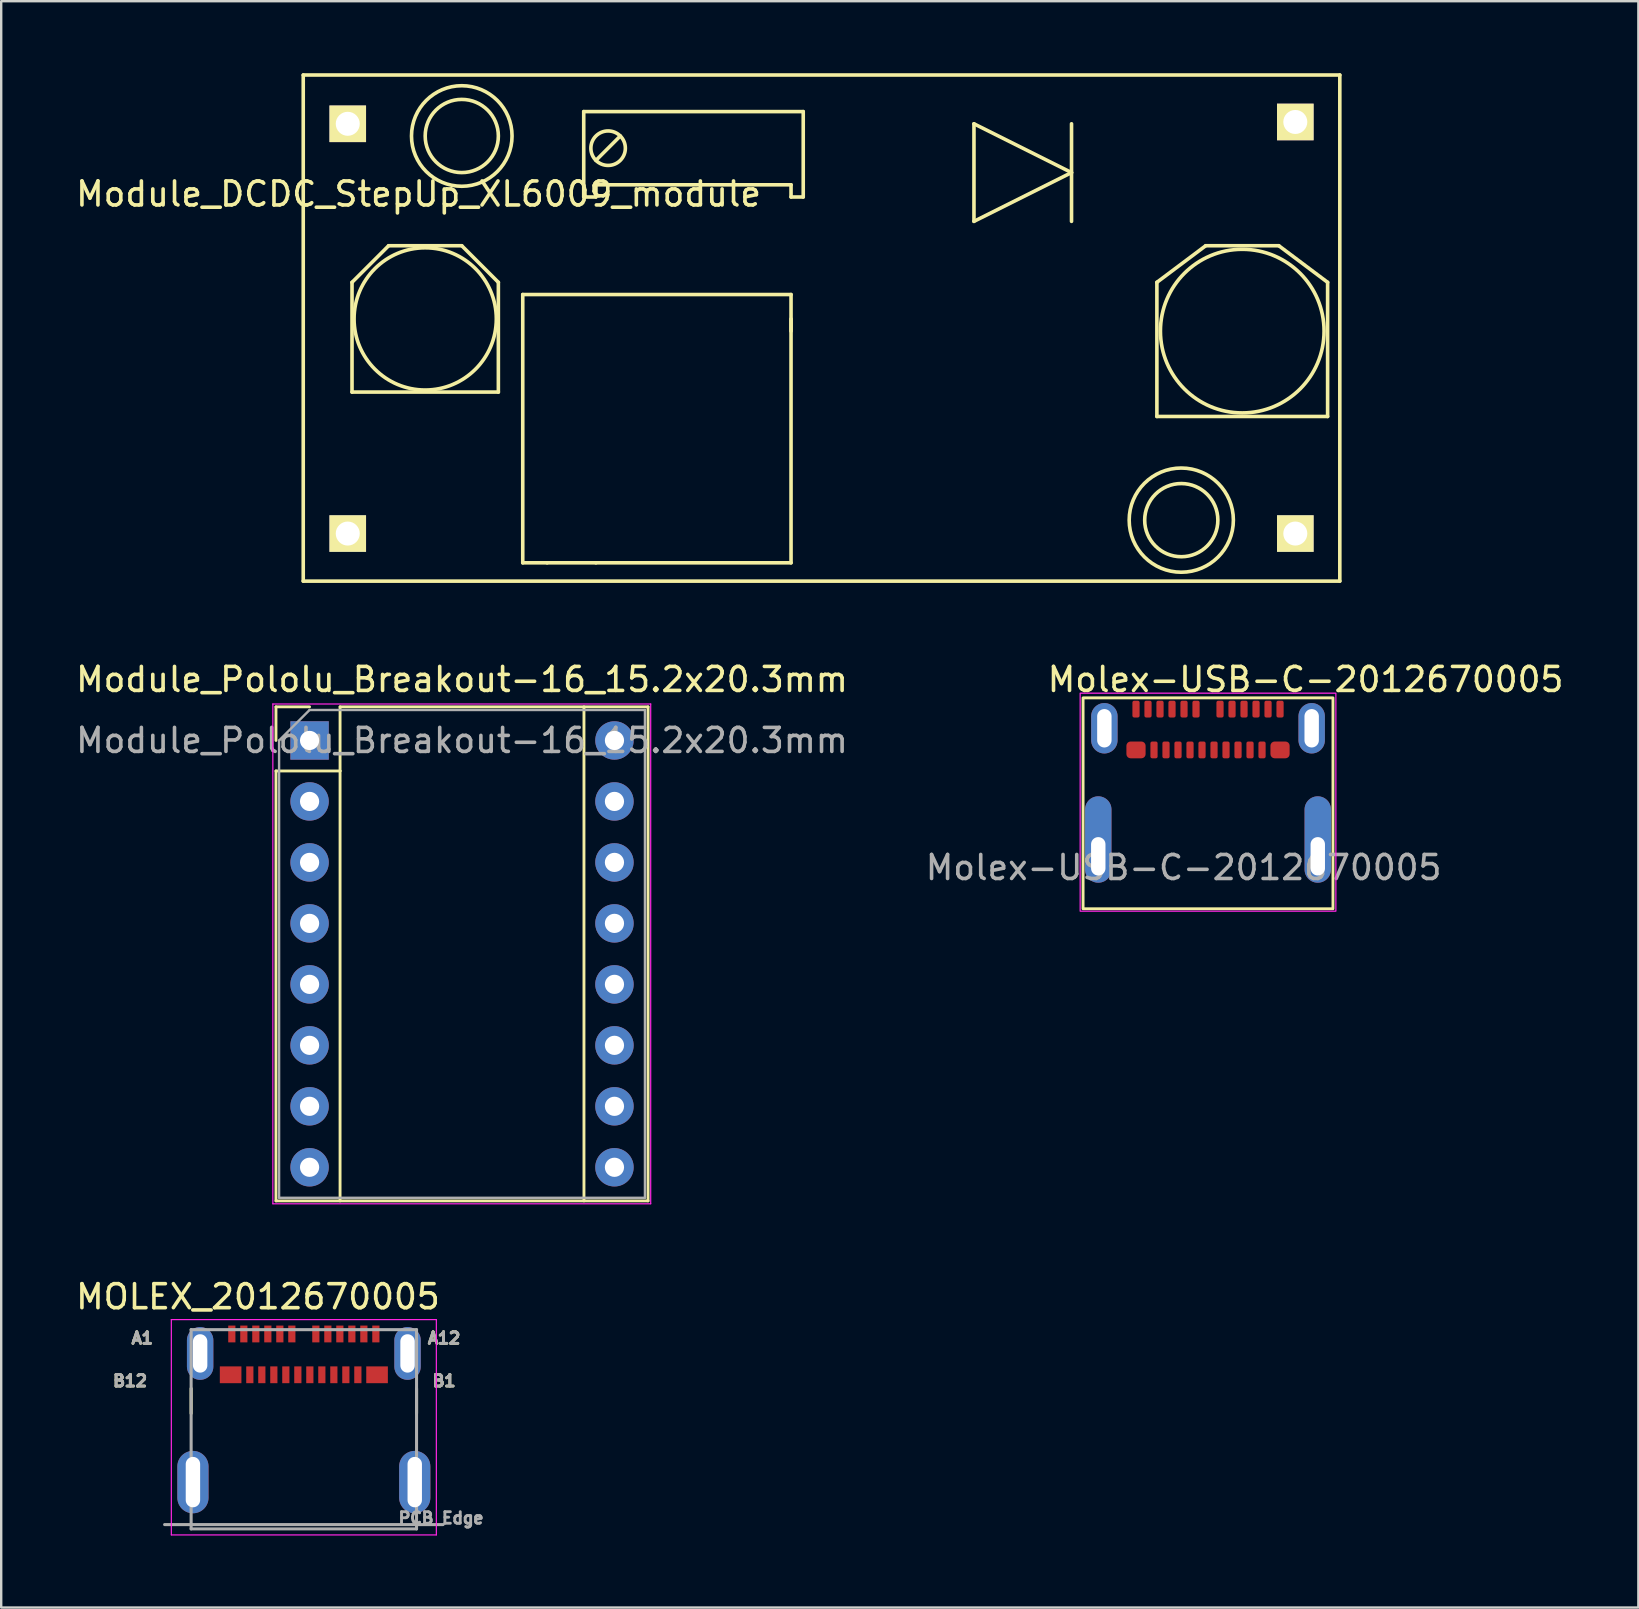
<source format=kicad_pcb>
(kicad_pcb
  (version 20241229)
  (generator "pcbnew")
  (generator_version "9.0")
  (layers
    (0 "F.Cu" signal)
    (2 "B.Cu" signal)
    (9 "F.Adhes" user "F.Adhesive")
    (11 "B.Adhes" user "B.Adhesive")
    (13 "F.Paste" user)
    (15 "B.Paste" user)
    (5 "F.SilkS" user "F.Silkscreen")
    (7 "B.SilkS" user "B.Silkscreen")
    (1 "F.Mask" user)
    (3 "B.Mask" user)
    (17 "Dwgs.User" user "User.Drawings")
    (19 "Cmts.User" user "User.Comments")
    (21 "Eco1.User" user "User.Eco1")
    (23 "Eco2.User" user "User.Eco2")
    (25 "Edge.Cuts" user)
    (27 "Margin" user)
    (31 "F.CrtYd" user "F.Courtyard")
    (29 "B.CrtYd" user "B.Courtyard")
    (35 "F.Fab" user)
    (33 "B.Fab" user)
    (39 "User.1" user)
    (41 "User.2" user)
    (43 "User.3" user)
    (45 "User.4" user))
  (footprint "Module_DCDC_StepUp_XL6009_module"
    (layer "F.Cu")
    (at 52.762 21.157)
    (property "Reference" "Module_DCDC_StepUp_XL6009_module" (at -38.375 -16.125 0) (layer "F.SilkS") (effects (font (size 1 1) (thickness 0.15))))
    (attr through_hole)
    (fp_line (start -43.18 -21.082) (end 0 -21.082) (stroke (width 0.15) (type solid)) (layer "F.SilkS"))
    (fp_line (start -43.18 0) (end -43.18 -21.082) (stroke (width 0.15) (type solid)) (layer "F.SilkS"))
    (fp_line (start -41.148 -12.446) (end -41.148 -7.874) (stroke (width 0.15) (type solid)) (layer "F.SilkS"))
    (fp_line (start -41.148 -7.874) (end -35.052 -7.874) (stroke (width 0.15) (type solid)) (layer "F.SilkS"))
    (fp_line (start -39.624 -13.97) (end -41.148 -12.446) (stroke (width 0.15) (type solid)) (layer "F.SilkS"))
    (fp_line (start -36.576 -13.97) (end -39.624 -13.97) (stroke (width 0.15) (type solid)) (layer "F.SilkS"))
    (fp_line (start -35.052 -12.446) (end -36.576 -13.97) (stroke (width 0.15) (type solid)) (layer "F.SilkS"))
    (fp_line (start -35.052 -7.874) (end -35.052 -12.446) (stroke (width 0.15) (type solid)) (layer "F.SilkS"))
    (fp_line (start -34.036 -11.938) (end -22.86 -11.938) (stroke (width 0.15) (type solid)) (layer "F.SilkS"))
    (fp_line (start -34.036 -0.762) (end -34.036 -11.938) (stroke (width 0.15) (type solid)) (layer "F.SilkS"))
    (fp_line (start -33.02 -0.762) (end -34.036 -0.762) (stroke (width 0.15) (type solid)) (layer "F.SilkS"))
    (fp_line (start -31.496 -19.558) (end -31.496 -16.002) (stroke (width 0.15) (type solid)) (layer "F.SilkS"))
    (fp_line (start -31.496 -16.002) (end -30.988 -16.002) (stroke (width 0.15) (type solid)) (layer "F.SilkS"))
    (fp_line (start -30.988 -17.526) (end -29.972 -18.542) (stroke (width 0.15) (type solid)) (layer "F.SilkS"))
    (fp_line (start -30.988 -16.51) (end -22.86 -16.51) (stroke (width 0.15) (type solid)) (layer "F.SilkS"))
    (fp_line (start -30.988 -16.002) (end -30.988 -16.51) (stroke (width 0.15) (type solid)) (layer "F.SilkS"))
    (fp_line (start -30.988 -0.762) (end -33.02 -0.762) (stroke (width 0.15) (type solid)) (layer "F.SilkS"))
    (fp_line (start -22.86 -16.51) (end -22.86 -16.002) (stroke (width 0.15) (type solid)) (layer "F.SilkS"))
    (fp_line (start -22.86 -16.002) (end -22.352 -16.002) (stroke (width 0.15) (type solid)) (layer "F.SilkS"))
    (fp_line (start -22.86 -11.938) (end -22.86 -10.414) (stroke (width 0.15) (type solid)) (layer "F.SilkS"))
    (fp_line (start -22.86 -10.922) (end -22.86 -0.762) (stroke (width 0.15) (type solid)) (layer "F.SilkS"))
    (fp_line (start -22.86 -0.762) (end -30.988 -0.762) (stroke (width 0.15) (type solid)) (layer "F.SilkS"))
    (fp_line (start -22.352 -19.558) (end -31.496 -19.558) (stroke (width 0.15) (type solid)) (layer "F.SilkS"))
    (fp_line (start -22.352 -16.002) (end -22.352 -19.558) (stroke (width 0.15) (type solid)) (layer "F.SilkS"))
    (fp_line (start -15.24 -19.05) (end -15.24 -14.986) (stroke (width 0.15) (type solid)) (layer "F.SilkS"))
    (fp_line (start -15.24 -14.986) (end -11.176 -17.018) (stroke (width 0.15) (type solid)) (layer "F.SilkS"))
    (fp_line (start -11.176 -19.05) (end -11.176 -14.986) (stroke (width 0.15) (type solid)) (layer "F.SilkS"))
    (fp_line (start -11.176 -17.018) (end -15.24 -19.05) (stroke (width 0.15) (type solid)) (layer "F.SilkS"))
    (fp_line (start -7.62 -12.446) (end -5.588 -13.97) (stroke (width 0.15) (type solid)) (layer "F.SilkS"))
    (fp_line (start -7.62 -6.858) (end -7.62 -12.446) (stroke (width 0.15) (type solid)) (layer "F.SilkS"))
    (fp_line (start -5.588 -13.97) (end -2.54 -13.97) (stroke (width 0.15) (type solid)) (layer "F.SilkS"))
    (fp_line (start -2.54 -13.97) (end -0.508 -12.446) (stroke (width 0.15) (type solid)) (layer "F.SilkS"))
    (fp_line (start -0.508 -12.446) (end -0.508 -6.858) (stroke (width 0.15) (type solid)) (layer "F.SilkS"))
    (fp_line (start -0.508 -6.858) (end -7.62 -6.858) (stroke (width 0.15) (type solid)) (layer "F.SilkS"))
    (fp_line (start 0 0) (end -43.18 0) (stroke (width 0.15) (type solid)) (layer "F.SilkS"))
    (fp_line (start 0 0) (end 0 -21.082) (stroke (width 0.15) (type solid)) (layer "F.SilkS"))
    (fp_circle (center -38.1 -10.922) (end -35.56 -12.446) (stroke (width 0.15) (type solid)) (fill no) (layer "F.SilkS"))
    (fp_circle (center -36.576 -18.542) (end -37.084 -20.574) (stroke (width 0.15) (type solid)) (fill no) (layer "F.SilkS"))
    (fp_circle (center -36.576 -18.542) (end -36.576 -20.066) (stroke (width 0.15) (type solid)) (fill no) (layer "F.SilkS"))
    (fp_circle (center -30.48 -18.034) (end -29.972 -18.542) (stroke (width 0.15) (type solid)) (fill no) (layer "F.SilkS"))
    (fp_circle (center -6.604 -2.54) (end -6.604 -1.016) (stroke (width 0.15) (type solid)) (fill no) (layer "F.SilkS"))
    (fp_circle (center -6.604 -2.54) (end -5.842 -0.508) (stroke (width 0.15) (type solid)) (fill no) (layer "F.SilkS"))
    (fp_circle (center -4.064 -10.414) (end -1.016 -11.938) (stroke (width 0.15) (type solid)) (fill no) (layer "F.SilkS"))
    (pad "1" thru_hole rect (at -41.326 -19.05) (size 1.524 1.524) (drill 1) (layers "*.Cu" "*.Mask" "F.SilkS"))
    (pad "2" thru_hole rect (at -41.326 -1.981) (size 1.524 1.524) (drill 1) (layers "*.Cu" "*.Mask" "F.SilkS"))
    (pad "3" thru_hole rect (at -1.854 -1.981) (size 1.524 1.524) (drill 1) (layers "*.Cu" "*.Mask" "F.SilkS"))
    (pad "4" thru_hole rect (at -1.854 -19.126) (size 1.524 1.524) (drill 1) (layers "*.Cu" "*.Mask" "F.SilkS")))
  (footprint "Molex-USB-C-2012670005"
    (layer "F.Cu")
    (at 47.272 30.589)
    (property "Reference" "Molex-USB-C-2012670005" (at 4.064 -5.334 0) (unlocked yes) (layer "F.SilkS") (effects (font (size 1 1) (thickness 0.15))))
    (attr smd)
    (fp_rect (start -5.205 -4.568) (end 5.205 4.218) (stroke (width 0.12) (type solid)) (fill no) (layer "F.SilkS"))
    (fp_rect (start -5.326 -4.764) (end 5.326 4.318) (stroke (width 0.05) (type solid)) (fill no) (layer "F.CrtYd"))
    (fp_text user "${REFERENCE}" (at -1.016 2.5 0) (unlocked yes) (layer "F.Fab") (effects (font (size 1 1) (thickness 0.15))))
    (pad "A1" smd roundrect (at -3 -4.1 90) (size 0.7 0.3) (layers "F.Cu" "F.Mask" "F.Paste") (roundrect_rratio 0.25))
    (pad "A2" smd roundrect (at -2.5 -4.1 90) (size 0.7 0.3) (layers "F.Cu" "F.Mask" "F.Paste") (roundrect_rratio 0.25))
    (pad "A3" smd roundrect (at -2 -4.1 90) (size 0.7 0.3) (layers "F.Cu" "F.Mask" "F.Paste") (roundrect_rratio 0.25))
    (pad "A4" smd roundrect (at -1.5 -4.1 90) (size 0.7 0.3) (layers "F.Cu" "F.Mask" "F.Paste") (roundrect_rratio 0.25))
    (pad "A5" smd roundrect (at -1 -4.1 90) (size 0.7 0.3) (layers "F.Cu" "F.Mask" "F.Paste") (roundrect_rratio 0.25))
    (pad "A6" smd roundrect (at -0.5 -4.1 90) (size 0.7 0.3) (layers "F.Cu" "F.Mask" "F.Paste") (roundrect_rratio 0.25))
    (pad "A7" smd roundrect (at 0.5 -4.1 90) (size 0.7 0.3) (layers "F.Cu" "F.Mask" "F.Paste") (roundrect_rratio 0.25))
    (pad "A8" smd roundrect (at 1 -4.1 90) (size 0.7 0.3) (layers "F.Cu" "F.Mask" "F.Paste") (roundrect_rratio 0.25))
    (pad "A9" smd roundrect (at 1.5 -4.1 90) (size 0.7 0.3) (layers "F.Cu" "F.Mask" "F.Paste") (roundrect_rratio 0.25))
    (pad "A10" smd roundrect (at 2 -4.1 90) (size 0.7 0.3) (layers "F.Cu" "F.Mask" "F.Paste") (roundrect_rratio 0.25))
    (pad "A11" smd roundrect (at 2.5 -4.1 90) (size 0.7 0.3) (layers "F.Cu" "F.Mask" "F.Paste") (roundrect_rratio 0.25))
    (pad "A12" smd roundrect (at 3 -4.1 90) (size 0.7 0.3) (layers "F.Cu" "F.Mask" "F.Paste") (roundrect_rratio 0.25))
    (pad "B1" smd roundrect (at 3 -2.4 90) (size 0.7 0.8) (layers "F.Cu" "F.Mask" "F.Paste") (roundrect_rratio 0.25))
    (pad "B2" smd roundrect (at 2.25 -2.4 90) (size 0.7 0.3) (layers "F.Cu" "F.Mask" "F.Paste") (roundrect_rratio 0.25))
    (pad "B3" smd roundrect (at 1.75 -2.4 90) (size 0.7 0.3) (layers "F.Cu" "F.Mask" "F.Paste") (roundrect_rratio 0.25))
    (pad "B4" smd roundrect (at 1.25 -2.4 90) (size 0.7 0.3) (layers "F.Cu" "F.Mask" "F.Paste") (roundrect_rratio 0.25))
    (pad "B5" smd roundrect (at 0.75 -2.4 90) (size 0.7 0.3) (layers "F.Cu" "F.Mask" "F.Paste") (roundrect_rratio 0.25))
    (pad "B6" smd roundrect (at 0.25 -2.4 90) (size 0.7 0.3) (layers "F.Cu" "F.Mask" "F.Paste") (roundrect_rratio 0.25))
    (pad "B7" smd roundrect (at -0.25 -2.4 90) (size 0.7 0.3) (layers "F.Cu" "F.Mask" "F.Paste") (roundrect_rratio 0.25))
    (pad "B8" smd roundrect (at -0.75 -2.4 90) (size 0.7 0.3) (layers "F.Cu" "F.Mask" "F.Paste") (roundrect_rratio 0.25))
    (pad "B9" smd roundrect (at -1.25 -2.4 90) (size 0.7 0.3) (layers "F.Cu" "F.Mask" "F.Paste") (roundrect_rratio 0.25))
    (pad "B10" smd roundrect (at -1.75 -2.4 90) (size 0.7 0.3) (layers "F.Cu" "F.Mask" "F.Paste") (roundrect_rratio 0.25))
    (pad "B11" smd roundrect (at -2.25 -2.4 90) (size 0.7 0.3) (layers "F.Cu" "F.Mask" "F.Paste") (roundrect_rratio 0.25))
    (pad "B12" smd roundrect (at -3 -2.4 90) (size 0.7 0.8) (layers "F.Cu" "F.Mask" "F.Paste") (roundrect_rratio 0.25))
    (pad "S1" thru_hole oval (at -4.572 2.032 90) (size 3.6 1.1) (drill oval 1.6 0.6 (offset 0.7 0)) (layers "*.Cu" "*.Mask"))
    (pad "S1" thru_hole oval (at -4.318 -3.302 90) (size 2.1 1.1) (drill oval 1.6 0.6) (layers "*.Cu" "*.Mask"))
    (pad "S1" thru_hole oval (at 4.318 -3.302 90) (size 2.1 1.1) (drill oval 1.6 0.6) (layers "*.Cu" "*.Mask"))
    (pad "S1" thru_hole oval (at 4.572 2.032 90) (size 3.6 1.1) (drill oval 1.6 0.6 (offset 0.7 0)) (layers "*.Cu" "*.Mask")))
  (footprint "MOLEX_2012670005"
    (layer "F.Cu")
    (at 9.607 53.329)
    (property "Reference" "MOLEX_2012670005" (at -1.911 -2.361 0) (layer "F.SilkS") (effects (font (size 1 1) (thickness 0.15))))
    (attr through_hole)
    (fp_line (start -4.695 2.5) (end -4.695 1.46) (stroke (width 0.127) (type solid)) (layer "F.SilkS"))
    (fp_line (start 4.695 2.5) (end 4.695 1.46) (stroke (width 0.127) (type solid)) (layer "F.SilkS"))
    (fp_line (start -5.52 -1.41) (end 5.52 -1.41) (stroke (width 0.05) (type solid)) (layer "F.CrtYd"))
    (fp_line (start -5.52 7.56) (end -5.52 -1.41) (stroke (width 0.05) (type solid)) (layer "F.CrtYd"))
    (fp_line (start 5.52 -1.41) (end 5.52 7.56) (stroke (width 0.05) (type solid)) (layer "F.CrtYd"))
    (fp_line (start 5.52 7.56) (end -5.52 7.56) (stroke (width 0.05) (type solid)) (layer "F.CrtYd"))
    (fp_line (start -5.8 7.13) (end 5.8 7.13) (stroke (width 0.127) (type solid)) (layer "F.Fab"))
    (fp_line (start -4.695 -0.99) (end -4.695 7.31) (stroke (width 0.127) (type solid)) (layer "F.Fab"))
    (fp_line (start -4.695 7.31) (end 4.695 7.31) (stroke (width 0.127) (type solid)) (layer "F.Fab"))
    (fp_line (start 4.695 -0.99) (end -4.695 -0.99) (stroke (width 0.127) (type solid)) (layer "F.Fab"))
    (fp_line (start 4.695 7.31) (end 4.695 -0.99) (stroke (width 0.127) (type solid)) (layer "F.Fab"))
    (fp_text user "B1" (at 5.842 1.143 0) (layer "F.SilkS") (effects (font (size 0.48 0.48) (thickness 0.15))))
    (fp_text user "B12" (at -7.239 1.143 0) (layer "F.SilkS") (effects (font (size 0.48 0.48) (thickness 0.15))))
    (fp_text user "A1" (at -6.731 -0.635 0) (layer "F.SilkS") (effects (font (size 0.48 0.48) (thickness 0.15))))
    (fp_text user "A12" (at 5.842 -0.635 0) (layer "F.SilkS") (effects (font (size 0.48 0.48) (thickness 0.15))))
    (fp_text user "A12" (at 5.842 -0.635 0) (layer "F.Fab") (effects (font (size 0.48 0.48) (thickness 0.15))))
    (fp_text user "PCB Edge" (at 5.715 6.858 0) (layer "F.Fab") (effects (font (size 0.48 0.48) (thickness 0.15))))
    (fp_text user "A1" (at -6.731 -0.635 0) (layer "F.Fab") (effects (font (size 0.48 0.48) (thickness 0.15))))
    (fp_text user "B1" (at 5.842 1.143 0) (layer "F.Fab") (effects (font (size 0.48 0.48) (thickness 0.15))))
    (fp_text user "B12" (at -7.239 1.143 0) (layer "F.Fab") (effects (font (size 0.48 0.48) (thickness 0.15))))
    (pad "A1" smd rect (at -3 -0.81) (size 0.3 0.7) (layers "F.Cu" "F.Mask" "F.Paste"))
    (pad "A2" smd rect (at -2.5 -0.81) (size 0.3 0.7) (layers "F.Cu" "F.Mask" "F.Paste"))
    (pad "A3" smd rect (at -2 -0.81) (size 0.3 0.7) (layers "F.Cu" "F.Mask" "F.Paste"))
    (pad "A4" smd rect (at -1.5 -0.81) (size 0.3 0.7) (layers "F.Cu" "F.Mask" "F.Paste"))
    (pad "A5" smd rect (at -1 -0.81) (size 0.3 0.7) (layers "F.Cu" "F.Mask" "F.Paste"))
    (pad "A6" smd rect (at -0.5 -0.81) (size 0.3 0.7) (layers "F.Cu" "F.Mask" "F.Paste"))
    (pad "A7" smd rect (at 0.5 -0.81) (size 0.3 0.7) (layers "F.Cu" "F.Mask" "F.Paste"))
    (pad "A8" smd rect (at 1 -0.81) (size 0.3 0.7) (layers "F.Cu" "F.Mask" "F.Paste"))
    (pad "A9" smd rect (at 1.5 -0.81) (size 0.3 0.7) (layers "F.Cu" "F.Mask" "F.Paste"))
    (pad "A10" smd rect (at 2 -0.81) (size 0.3 0.7) (layers "F.Cu" "F.Mask" "F.Paste"))
    (pad "A11" smd rect (at 2.5 -0.81) (size 0.3 0.7) (layers "F.Cu" "F.Mask" "F.Paste"))
    (pad "A12" smd rect (at 3 -0.81) (size 0.3 0.7) (layers "F.Cu" "F.Mask" "F.Paste"))
    (pad "B1" smd rect (at 3.05 0.89) (size 0.9 0.7) (layers "F.Cu" "F.Mask" "F.Paste"))
    (pad "B2" smd rect (at 2.25 0.89) (size 0.3 0.7) (layers "F.Cu" "F.Mask" "F.Paste"))
    (pad "B3" smd rect (at 1.75 0.89) (size 0.3 0.7) (layers "F.Cu" "F.Mask" "F.Paste"))
    (pad "B4" smd rect (at 1.25 0.89) (size 0.3 0.7) (layers "F.Cu" "F.Mask" "F.Paste"))
    (pad "B5" smd rect (at 0.75 0.89) (size 0.3 0.7) (layers "F.Cu" "F.Mask" "F.Paste"))
    (pad "B6" smd rect (at 0.25 0.89) (size 0.3 0.7) (layers "F.Cu" "F.Mask" "F.Paste"))
    (pad "B7" smd rect (at -0.25 0.89) (size 0.3 0.7) (layers "F.Cu" "F.Mask" "F.Paste"))
    (pad "B8" smd rect (at -0.75 0.89) (size 0.3 0.7) (layers "F.Cu" "F.Mask" "F.Paste"))
    (pad "B9" smd rect (at -1.25 0.89) (size 0.3 0.7) (layers "F.Cu" "F.Mask" "F.Paste"))
    (pad "B10" smd rect (at -1.75 0.89) (size 0.3 0.7) (layers "F.Cu" "F.Mask" "F.Paste"))
    (pad "B11" smd rect (at -2.25 0.89) (size 0.3 0.7) (layers "F.Cu" "F.Mask" "F.Paste"))
    (pad "B12" smd rect (at -3.05 0.89) (size 0.9 0.7) (layers "F.Cu" "F.Mask" "F.Paste"))
    (pad "S1" thru_hole oval (at -4.32 0) (size 1.1 2.2) (drill oval 0.6 1.6) (layers "*.Cu" "*.Mask"))
    (pad "S2" thru_hole oval (at 4.32 0) (size 1.1 2.2) (drill oval 0.6 1.6) (layers "*.Cu" "*.Mask"))
    (pad "S3" thru_hole oval (at -4.62 5.36) (size 1.3 2.6) (drill oval 0.6 2.1) (layers "*.Cu" "*.Mask"))
    (pad "S4" thru_hole oval (at 4.62 5.36) (size 1.3 2.6) (drill oval 0.6 2.1) (layers "*.Cu" "*.Mask")))
  (footprint "Module_Pololu_Breakout-16_15.2x20.3mm"
    (layer "F.Cu")
    (at 9.846 27.795)
    (property "Reference" "Module_Pololu_Breakout-16_15.2x20.3mm" (at 6.35 -2.54 0) (layer "F.SilkS") (effects (font (size 1 1) (thickness 0.15))))
    (attr through_hole)
    (fp_line (start -1.4 -1.4) (end -1.4 0) (stroke (width 0.12) (type solid)) (layer "F.SilkS"))
    (fp_line (start -1.4 1.27) (end -1.4 19.18) (stroke (width 0.12) (type solid)) (layer "F.SilkS"))
    (fp_line (start -1.4 19.18) (end 14.1 19.18) (stroke (width 0.12) (type solid)) (layer "F.SilkS"))
    (fp_line (start 0 -1.4) (end -1.4 -1.4) (stroke (width 0.12) (type solid)) (layer "F.SilkS"))
    (fp_line (start 1.27 -1.4) (end 1.27 1.27) (stroke (width 0.12) (type solid)) (layer "F.SilkS"))
    (fp_line (start 1.27 1.27) (end -1.4 1.27) (stroke (width 0.12) (type solid)) (layer "F.SilkS"))
    (fp_line (start 1.27 1.27) (end 1.27 19.18) (stroke (width 0.12) (type solid)) (layer "F.SilkS"))
    (fp_line (start 11.43 -1.4) (end 11.43 19.18) (stroke (width 0.12) (type solid)) (layer "F.SilkS"))
    (fp_line (start 14.1 -1.4) (end 1.27 -1.4) (stroke (width 0.12) (type solid)) (layer "F.SilkS"))
    (fp_line (start 14.1 19.18) (end 14.1 -1.4) (stroke (width 0.12) (type solid)) (layer "F.SilkS"))
    (fp_line (start -1.53 -1.52) (end -1.53 19.3) (stroke (width 0.05) (type solid)) (layer "F.CrtYd"))
    (fp_line (start -1.53 -1.52) (end 14.21 -1.52) (stroke (width 0.05) (type solid)) (layer "F.CrtYd"))
    (fp_line (start 14.21 19.3) (end -1.53 19.3) (stroke (width 0.05) (type solid)) (layer "F.CrtYd"))
    (fp_line (start 14.21 19.3) (end 14.21 -1.52) (stroke (width 0.05) (type solid)) (layer "F.CrtYd"))
    (fp_line (start -1.27 0) (end 0 -1.27) (stroke (width 0.1) (type solid)) (layer "F.Fab"))
    (fp_line (start -1.27 19.05) (end -1.27 0) (stroke (width 0.1) (type solid)) (layer "F.Fab"))
    (fp_line (start 0 -1.27) (end 13.97 -1.27) (stroke (width 0.1) (type solid)) (layer "F.Fab"))
    (fp_line (start 13.97 -1.27) (end 13.97 19.05) (stroke (width 0.1) (type solid)) (layer "F.Fab"))
    (fp_line (start 13.97 19.05) (end -1.27 19.05) (stroke (width 0.1) (type solid)) (layer "F.Fab"))
    (fp_text user "${REFERENCE}" (at 6.35 0 0) (layer "F.Fab") (effects (font (size 1 1) (thickness 0.15))))
    (pad "1" thru_hole rect (at 0 0) (size 1.6 1.6) (drill 0.8) (layers "*.Cu" "*.Mask"))
    (pad "2" thru_hole oval (at 0 2.54) (size 1.6 1.6) (drill 0.8) (layers "*.Cu" "*.Mask"))
    (pad "3" thru_hole oval (at 0 5.08) (size 1.6 1.6) (drill 0.8) (layers "*.Cu" "*.Mask"))
    (pad "4" thru_hole oval (at 0 7.62) (size 1.6 1.6) (drill 0.8) (layers "*.Cu" "*.Mask"))
    (pad "5" thru_hole oval (at 0 10.16) (size 1.6 1.6) (drill 0.8) (layers "*.Cu" "*.Mask"))
    (pad "6" thru_hole oval (at 0 12.7) (size 1.6 1.6) (drill 0.8) (layers "*.Cu" "*.Mask"))
    (pad "7" thru_hole oval (at 0 15.24) (size 1.6 1.6) (drill 0.8) (layers "*.Cu" "*.Mask"))
    (pad "8" thru_hole oval (at 0 17.78) (size 1.6 1.6) (drill 0.8) (layers "*.Cu" "*.Mask"))
    (pad "9" thru_hole oval (at 12.7 17.78) (size 1.6 1.6) (drill 0.8) (layers "*.Cu" "*.Mask"))
    (pad "10" thru_hole oval (at 12.7 15.24) (size 1.6 1.6) (drill 0.8) (layers "*.Cu" "*.Mask"))
    (pad "11" thru_hole oval (at 12.7 12.7) (size 1.6 1.6) (drill 0.8) (layers "*.Cu" "*.Mask"))
    (pad "12" thru_hole oval (at 12.7 10.16) (size 1.6 1.6) (drill 0.8) (layers "*.Cu" "*.Mask"))
    (pad "13" thru_hole oval (at 12.7 7.62) (size 1.6 1.6) (drill 0.8) (layers "*.Cu" "*.Mask"))
    (pad "14" thru_hole oval (at 12.7 5.08) (size 1.6 1.6) (drill 0.8) (layers "*.Cu" "*.Mask"))
    (pad "15" thru_hole oval (at 12.7 2.54) (size 1.6 1.6) (drill 0.8) (layers "*.Cu" "*.Mask"))
    (pad "16" thru_hole oval (at 12.7 0) (size 1.6 1.6) (drill 0.8) (layers "*.Cu" "*.Mask")))
  (gr_rect
    (start -3 -3)
    (end 65.199 63.914)
    (stroke (width 0.1) (type default))
    (fill no)
    (layer "Edge.Cuts")))
</source>
